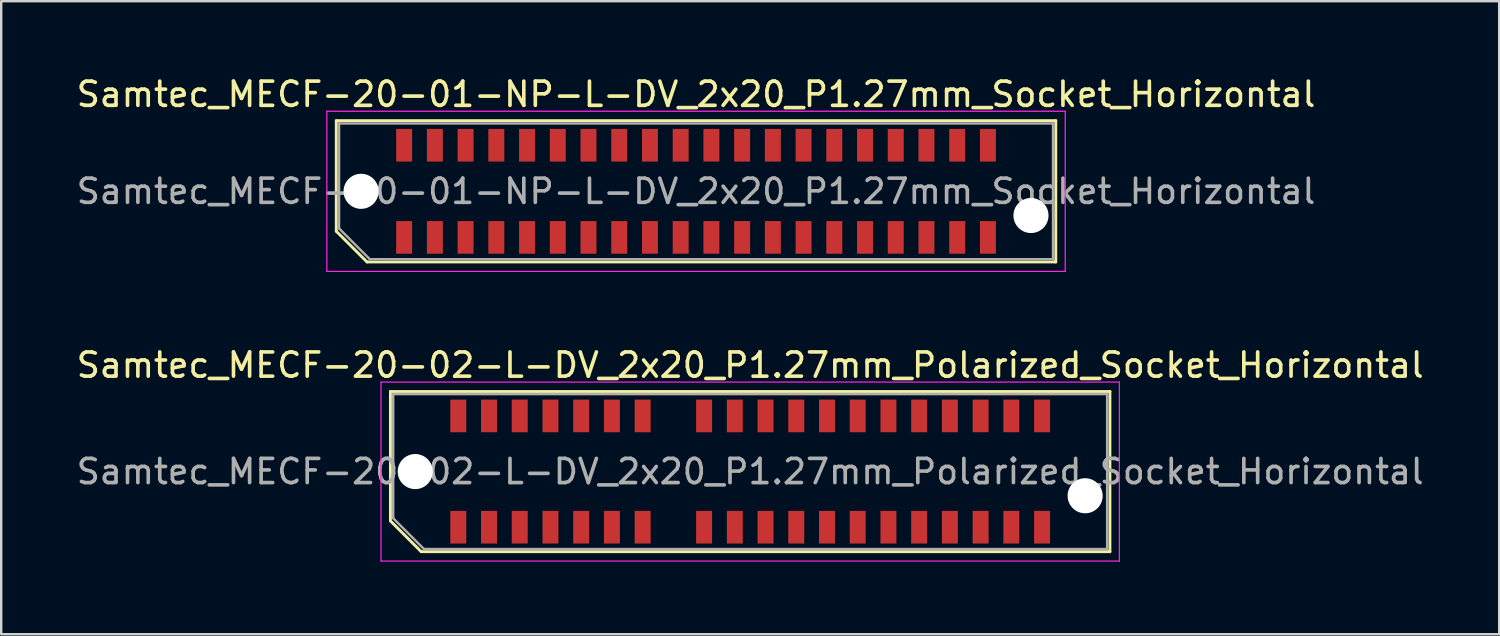
<source format=kicad_pcb>
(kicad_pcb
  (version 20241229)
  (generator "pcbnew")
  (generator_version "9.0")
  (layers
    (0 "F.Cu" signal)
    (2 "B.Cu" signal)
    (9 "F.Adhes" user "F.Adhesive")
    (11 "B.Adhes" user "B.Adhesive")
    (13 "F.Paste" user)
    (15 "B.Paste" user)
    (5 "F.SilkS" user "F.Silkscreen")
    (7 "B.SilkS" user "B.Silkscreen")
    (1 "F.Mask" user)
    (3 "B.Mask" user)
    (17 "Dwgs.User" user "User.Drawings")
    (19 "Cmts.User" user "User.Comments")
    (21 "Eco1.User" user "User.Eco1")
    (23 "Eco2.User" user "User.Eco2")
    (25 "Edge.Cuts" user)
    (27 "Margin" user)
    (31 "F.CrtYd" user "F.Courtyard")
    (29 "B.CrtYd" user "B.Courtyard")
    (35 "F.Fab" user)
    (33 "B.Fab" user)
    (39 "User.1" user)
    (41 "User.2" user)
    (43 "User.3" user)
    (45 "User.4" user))
  (footprint "Samtec_MECF-20-02-L-DV_2x20_P1.27mm_Polarized_Socket_Horizontal"
    (layer "F.Cu")
    (at 27.958 16.442)
    (property "Reference" "Samtec_MECF-20-02-L-DV_2x20_P1.27mm_Polarized_Socket_Horizontal" (at 0 -4.4 0) (layer "F.SilkS") (effects (font (size 1 1) (thickness 0.15))))
    (attr smd)
    (fp_line (start -14.87 -3.31) (end 14.87 -3.31) (stroke (width 0.12) (type solid)) (layer "F.SilkS"))
    (fp_line (start -14.87 2.04) (end -14.87 -3.31) (stroke (width 0.12) (type solid)) (layer "F.SilkS"))
    (fp_line (start -13.6 3.31) (end -14.87 2.04) (stroke (width 0.12) (type solid)) (layer "F.SilkS"))
    (fp_line (start -13.6 3.31) (end 14.87 3.31) (stroke (width 0.12) (type solid)) (layer "F.SilkS"))
    (fp_line (start 14.87 3.31) (end 14.87 -3.31) (stroke (width 0.12) (type solid)) (layer "F.SilkS"))
    (fp_line (start -15.26 -3.7) (end -15.26 3.7) (stroke (width 0.05) (type solid)) (layer "F.CrtYd"))
    (fp_line (start -15.26 3.7) (end 15.26 3.7) (stroke (width 0.05) (type solid)) (layer "F.CrtYd"))
    (fp_line (start 15.26 -3.7) (end -15.26 -3.7) (stroke (width 0.05) (type solid)) (layer "F.CrtYd"))
    (fp_line (start 15.26 3.7) (end 15.26 -3.7) (stroke (width 0.05) (type solid)) (layer "F.CrtYd"))
    (fp_line (start -14.755 -3.2) (end 14.755 -3.2) (stroke (width 0.1) (type solid)) (layer "F.Fab"))
    (fp_line (start -14.755 1.93) (end -14.755 -3.2) (stroke (width 0.1) (type solid)) (layer "F.Fab"))
    (fp_line (start -14.755 1.93) (end -13.485 3.2) (stroke (width 0.1) (type solid)) (layer "F.Fab"))
    (fp_line (start -13.485 3.2) (end 14.755 3.2) (stroke (width 0.1) (type solid)) (layer "F.Fab"))
    (fp_line (start 14.755 3.2) (end 14.755 -3.2) (stroke (width 0.1) (type solid)) (layer "F.Fab"))
    (fp_text user "${REFERENCE}" (at 0 0 0) (layer "F.Fab") (effects (font (size 1 1) (thickness 0.15))))
    (pad "" np_thru_hole circle (at -13.845 0) (size 1.45 1.45) (drill 1.45) (layers "*.Cu" "*.Mask"))
    (pad "" np_thru_hole circle (at 13.845 1) (size 1.45 1.45) (drill 1.45) (layers "*.Cu" "*.Mask"))
    (pad "1" smd rect (at -12.065 2.3) (size 0.66 1.35) (layers "F.Cu" "F.Mask" "F.Paste"))
    (pad "2" smd rect (at -12.065 -2.3) (size 0.66 1.35) (layers "F.Cu" "F.Mask" "F.Paste"))
    (pad "3" smd rect (at -10.795 2.3) (size 0.66 1.35) (layers "F.Cu" "F.Mask" "F.Paste"))
    (pad "4" smd rect (at -10.795 -2.3) (size 0.66 1.35) (layers "F.Cu" "F.Mask" "F.Paste"))
    (pad "5" smd rect (at -9.525 2.3) (size 0.66 1.35) (layers "F.Cu" "F.Mask" "F.Paste"))
    (pad "6" smd rect (at -9.525 -2.3) (size 0.66 1.35) (layers "F.Cu" "F.Mask" "F.Paste"))
    (pad "7" smd rect (at -8.255 2.3) (size 0.66 1.35) (layers "F.Cu" "F.Mask" "F.Paste"))
    (pad "8" smd rect (at -8.255 -2.3) (size 0.66 1.35) (layers "F.Cu" "F.Mask" "F.Paste"))
    (pad "9" smd rect (at -6.985 2.3) (size 0.66 1.35) (layers "F.Cu" "F.Mask" "F.Paste"))
    (pad "10" smd rect (at -6.985 -2.3) (size 0.66 1.35) (layers "F.Cu" "F.Mask" "F.Paste"))
    (pad "11" smd rect (at -5.715 2.3) (size 0.66 1.35) (layers "F.Cu" "F.Mask" "F.Paste"))
    (pad "12" smd rect (at -5.715 -2.3) (size 0.66 1.35) (layers "F.Cu" "F.Mask" "F.Paste"))
    (pad "13" smd rect (at -4.445 2.3) (size 0.66 1.35) (layers "F.Cu" "F.Mask" "F.Paste"))
    (pad "14" smd rect (at -4.445 -2.3) (size 0.66 1.35) (layers "F.Cu" "F.Mask" "F.Paste"))
    (pad "17" smd rect (at -1.905 2.3) (size 0.66 1.35) (layers "F.Cu" "F.Mask" "F.Paste"))
    (pad "18" smd rect (at -1.905 -2.3) (size 0.66 1.35) (layers "F.Cu" "F.Mask" "F.Paste"))
    (pad "19" smd rect (at -0.635 2.3) (size 0.66 1.35) (layers "F.Cu" "F.Mask" "F.Paste"))
    (pad "20" smd rect (at -0.635 -2.3) (size 0.66 1.35) (layers "F.Cu" "F.Mask" "F.Paste"))
    (pad "21" smd rect (at 0.635 2.3) (size 0.66 1.35) (layers "F.Cu" "F.Mask" "F.Paste"))
    (pad "22" smd rect (at 0.635 -2.3) (size 0.66 1.35) (layers "F.Cu" "F.Mask" "F.Paste"))
    (pad "23" smd rect (at 1.905 2.3) (size 0.66 1.35) (layers "F.Cu" "F.Mask" "F.Paste"))
    (pad "24" smd rect (at 1.905 -2.3) (size 0.66 1.35) (layers "F.Cu" "F.Mask" "F.Paste"))
    (pad "25" smd rect (at 3.175 2.3) (size 0.66 1.35) (layers "F.Cu" "F.Mask" "F.Paste"))
    (pad "26" smd rect (at 3.175 -2.3) (size 0.66 1.35) (layers "F.Cu" "F.Mask" "F.Paste"))
    (pad "27" smd rect (at 4.445 2.3) (size 0.66 1.35) (layers "F.Cu" "F.Mask" "F.Paste"))
    (pad "28" smd rect (at 4.445 -2.3) (size 0.66 1.35) (layers "F.Cu" "F.Mask" "F.Paste"))
    (pad "29" smd rect (at 5.715 2.3) (size 0.66 1.35) (layers "F.Cu" "F.Mask" "F.Paste"))
    (pad "30" smd rect (at 5.715 -2.3) (size 0.66 1.35) (layers "F.Cu" "F.Mask" "F.Paste"))
    (pad "31" smd rect (at 6.985 2.3) (size 0.66 1.35) (layers "F.Cu" "F.Mask" "F.Paste"))
    (pad "32" smd rect (at 6.985 -2.3) (size 0.66 1.35) (layers "F.Cu" "F.Mask" "F.Paste"))
    (pad "33" smd rect (at 8.255 2.3) (size 0.66 1.35) (layers "F.Cu" "F.Mask" "F.Paste"))
    (pad "34" smd rect (at 8.255 -2.3) (size 0.66 1.35) (layers "F.Cu" "F.Mask" "F.Paste"))
    (pad "35" smd rect (at 9.525 2.3) (size 0.66 1.35) (layers "F.Cu" "F.Mask" "F.Paste"))
    (pad "36" smd rect (at 9.525 -2.3) (size 0.66 1.35) (layers "F.Cu" "F.Mask" "F.Paste"))
    (pad "37" smd rect (at 10.795 2.3) (size 0.66 1.35) (layers "F.Cu" "F.Mask" "F.Paste"))
    (pad "38" smd rect (at 10.795 -2.3) (size 0.66 1.35) (layers "F.Cu" "F.Mask" "F.Paste"))
    (pad "39" smd rect (at 12.065 2.3) (size 0.66 1.35) (layers "F.Cu" "F.Mask" "F.Paste"))
    (pad "40" smd rect (at 12.065 -2.3) (size 0.66 1.35) (layers "F.Cu" "F.Mask" "F.Paste")))
  (footprint "Samtec_MECF-20-01-NP-L-DV_2x20_P1.27mm_Socket_Horizontal"
    (layer "F.Cu")
    (at 25.72 4.858)
    (property "Reference" "Samtec_MECF-20-01-NP-L-DV_2x20_P1.27mm_Socket_Horizontal" (at 0 -4.01 0) (layer "F.SilkS") (effects (font (size 1 1) (thickness 0.15))))
    (attr smd)
    (fp_line (start -14.87 -2.92) (end 14.87 -2.92) (stroke (width 0.12) (type solid)) (layer "F.SilkS"))
    (fp_line (start -14.87 1.65) (end -14.87 -2.92) (stroke (width 0.12) (type solid)) (layer "F.SilkS"))
    (fp_line (start -13.6 2.92) (end -14.87 1.65) (stroke (width 0.12) (type solid)) (layer "F.SilkS"))
    (fp_line (start -13.6 2.92) (end 14.87 2.92) (stroke (width 0.12) (type solid)) (layer "F.SilkS"))
    (fp_line (start 14.87 2.92) (end 14.87 -2.92) (stroke (width 0.12) (type solid)) (layer "F.SilkS"))
    (fp_line (start -15.26 -3.31) (end -15.26 3.31) (stroke (width 0.05) (type solid)) (layer "F.CrtYd"))
    (fp_line (start -15.26 3.31) (end 15.26 3.31) (stroke (width 0.05) (type solid)) (layer "F.CrtYd"))
    (fp_line (start 15.26 -3.31) (end -15.26 -3.31) (stroke (width 0.05) (type solid)) (layer "F.CrtYd"))
    (fp_line (start 15.26 3.31) (end 15.26 -3.31) (stroke (width 0.05) (type solid)) (layer "F.CrtYd"))
    (fp_line (start -14.755 -2.805) (end 14.755 -2.805) (stroke (width 0.1) (type solid)) (layer "F.Fab"))
    (fp_line (start -14.755 1.535) (end -14.755 -2.805) (stroke (width 0.1) (type solid)) (layer "F.Fab"))
    (fp_line (start -14.755 1.535) (end -13.485 2.805) (stroke (width 0.1) (type solid)) (layer "F.Fab"))
    (fp_line (start -13.485 2.805) (end 14.755 2.805) (stroke (width 0.1) (type solid)) (layer "F.Fab"))
    (fp_line (start 14.755 2.805) (end 14.755 -2.805) (stroke (width 0.1) (type solid)) (layer "F.Fab"))
    (fp_text user "${REFERENCE}" (at 0 0 0) (layer "F.Fab") (effects (font (size 1 1) (thickness 0.15))))
    (pad "" np_thru_hole circle (at -13.845 0) (size 1.45 1.45) (drill 1.45) (layers "*.Cu" "*.Mask"))
    (pad "" np_thru_hole circle (at 13.845 1) (size 1.45 1.45) (drill 1.45) (layers "*.Cu" "*.Mask"))
    (pad "1" smd rect (at -12.065 1.905) (size 0.66 1.35) (layers "F.Cu" "F.Mask" "F.Paste"))
    (pad "2" smd rect (at -12.065 -1.905) (size 0.66 1.35) (layers "F.Cu" "F.Mask" "F.Paste"))
    (pad "3" smd rect (at -10.795 1.905) (size 0.66 1.35) (layers "F.Cu" "F.Mask" "F.Paste"))
    (pad "4" smd rect (at -10.795 -1.905) (size 0.66 1.35) (layers "F.Cu" "F.Mask" "F.Paste"))
    (pad "5" smd rect (at -9.525 1.905) (size 0.66 1.35) (layers "F.Cu" "F.Mask" "F.Paste"))
    (pad "6" smd rect (at -9.525 -1.905) (size 0.66 1.35) (layers "F.Cu" "F.Mask" "F.Paste"))
    (pad "7" smd rect (at -8.255 1.905) (size 0.66 1.35) (layers "F.Cu" "F.Mask" "F.Paste"))
    (pad "8" smd rect (at -8.255 -1.905) (size 0.66 1.35) (layers "F.Cu" "F.Mask" "F.Paste"))
    (pad "9" smd rect (at -6.985 1.905) (size 0.66 1.35) (layers "F.Cu" "F.Mask" "F.Paste"))
    (pad "10" smd rect (at -6.985 -1.905) (size 0.66 1.35) (layers "F.Cu" "F.Mask" "F.Paste"))
    (pad "11" smd rect (at -5.715 1.905) (size 0.66 1.35) (layers "F.Cu" "F.Mask" "F.Paste"))
    (pad "12" smd rect (at -5.715 -1.905) (size 0.66 1.35) (layers "F.Cu" "F.Mask" "F.Paste"))
    (pad "13" smd rect (at -4.445 1.905) (size 0.66 1.35) (layers "F.Cu" "F.Mask" "F.Paste"))
    (pad "14" smd rect (at -4.445 -1.905) (size 0.66 1.35) (layers "F.Cu" "F.Mask" "F.Paste"))
    (pad "15" smd rect (at -3.175 1.905) (size 0.66 1.35) (layers "F.Cu" "F.Mask" "F.Paste"))
    (pad "16" smd rect (at -3.175 -1.905) (size 0.66 1.35) (layers "F.Cu" "F.Mask" "F.Paste"))
    (pad "17" smd rect (at -1.905 1.905) (size 0.66 1.35) (layers "F.Cu" "F.Mask" "F.Paste"))
    (pad "18" smd rect (at -1.905 -1.905) (size 0.66 1.35) (layers "F.Cu" "F.Mask" "F.Paste"))
    (pad "19" smd rect (at -0.635 1.905) (size 0.66 1.35) (layers "F.Cu" "F.Mask" "F.Paste"))
    (pad "20" smd rect (at -0.635 -1.905) (size 0.66 1.35) (layers "F.Cu" "F.Mask" "F.Paste"))
    (pad "21" smd rect (at 0.635 1.905) (size 0.66 1.35) (layers "F.Cu" "F.Mask" "F.Paste"))
    (pad "22" smd rect (at 0.635 -1.905) (size 0.66 1.35) (layers "F.Cu" "F.Mask" "F.Paste"))
    (pad "23" smd rect (at 1.905 1.905) (size 0.66 1.35) (layers "F.Cu" "F.Mask" "F.Paste"))
    (pad "24" smd rect (at 1.905 -1.905) (size 0.66 1.35) (layers "F.Cu" "F.Mask" "F.Paste"))
    (pad "25" smd rect (at 3.175 1.905) (size 0.66 1.35) (layers "F.Cu" "F.Mask" "F.Paste"))
    (pad "26" smd rect (at 3.175 -1.905) (size 0.66 1.35) (layers "F.Cu" "F.Mask" "F.Paste"))
    (pad "27" smd rect (at 4.445 1.905) (size 0.66 1.35) (layers "F.Cu" "F.Mask" "F.Paste"))
    (pad "28" smd rect (at 4.445 -1.905) (size 0.66 1.35) (layers "F.Cu" "F.Mask" "F.Paste"))
    (pad "29" smd rect (at 5.715 1.905) (size 0.66 1.35) (layers "F.Cu" "F.Mask" "F.Paste"))
    (pad "30" smd rect (at 5.715 -1.905) (size 0.66 1.35) (layers "F.Cu" "F.Mask" "F.Paste"))
    (pad "31" smd rect (at 6.985 1.905) (size 0.66 1.35) (layers "F.Cu" "F.Mask" "F.Paste"))
    (pad "32" smd rect (at 6.985 -1.905) (size 0.66 1.35) (layers "F.Cu" "F.Mask" "F.Paste"))
    (pad "33" smd rect (at 8.255 1.905) (size 0.66 1.35) (layers "F.Cu" "F.Mask" "F.Paste"))
    (pad "34" smd rect (at 8.255 -1.905) (size 0.66 1.35) (layers "F.Cu" "F.Mask" "F.Paste"))
    (pad "35" smd rect (at 9.525 1.905) (size 0.66 1.35) (layers "F.Cu" "F.Mask" "F.Paste"))
    (pad "36" smd rect (at 9.525 -1.905) (size 0.66 1.35) (layers "F.Cu" "F.Mask" "F.Paste"))
    (pad "37" smd rect (at 10.795 1.905) (size 0.66 1.35) (layers "F.Cu" "F.Mask" "F.Paste"))
    (pad "38" smd rect (at 10.795 -1.905) (size 0.66 1.35) (layers "F.Cu" "F.Mask" "F.Paste"))
    (pad "39" smd rect (at 12.065 1.905) (size 0.66 1.35) (layers "F.Cu" "F.Mask" "F.Paste"))
    (pad "40" smd rect (at 12.065 -1.905) (size 0.66 1.35) (layers "F.Cu" "F.Mask" "F.Paste")))
  (gr_rect
    (start -3 -3)
    (end 58.917 23.166)
    (stroke (width 0.1) (type default))
    (fill no)
    (layer "Edge.Cuts")))
</source>
